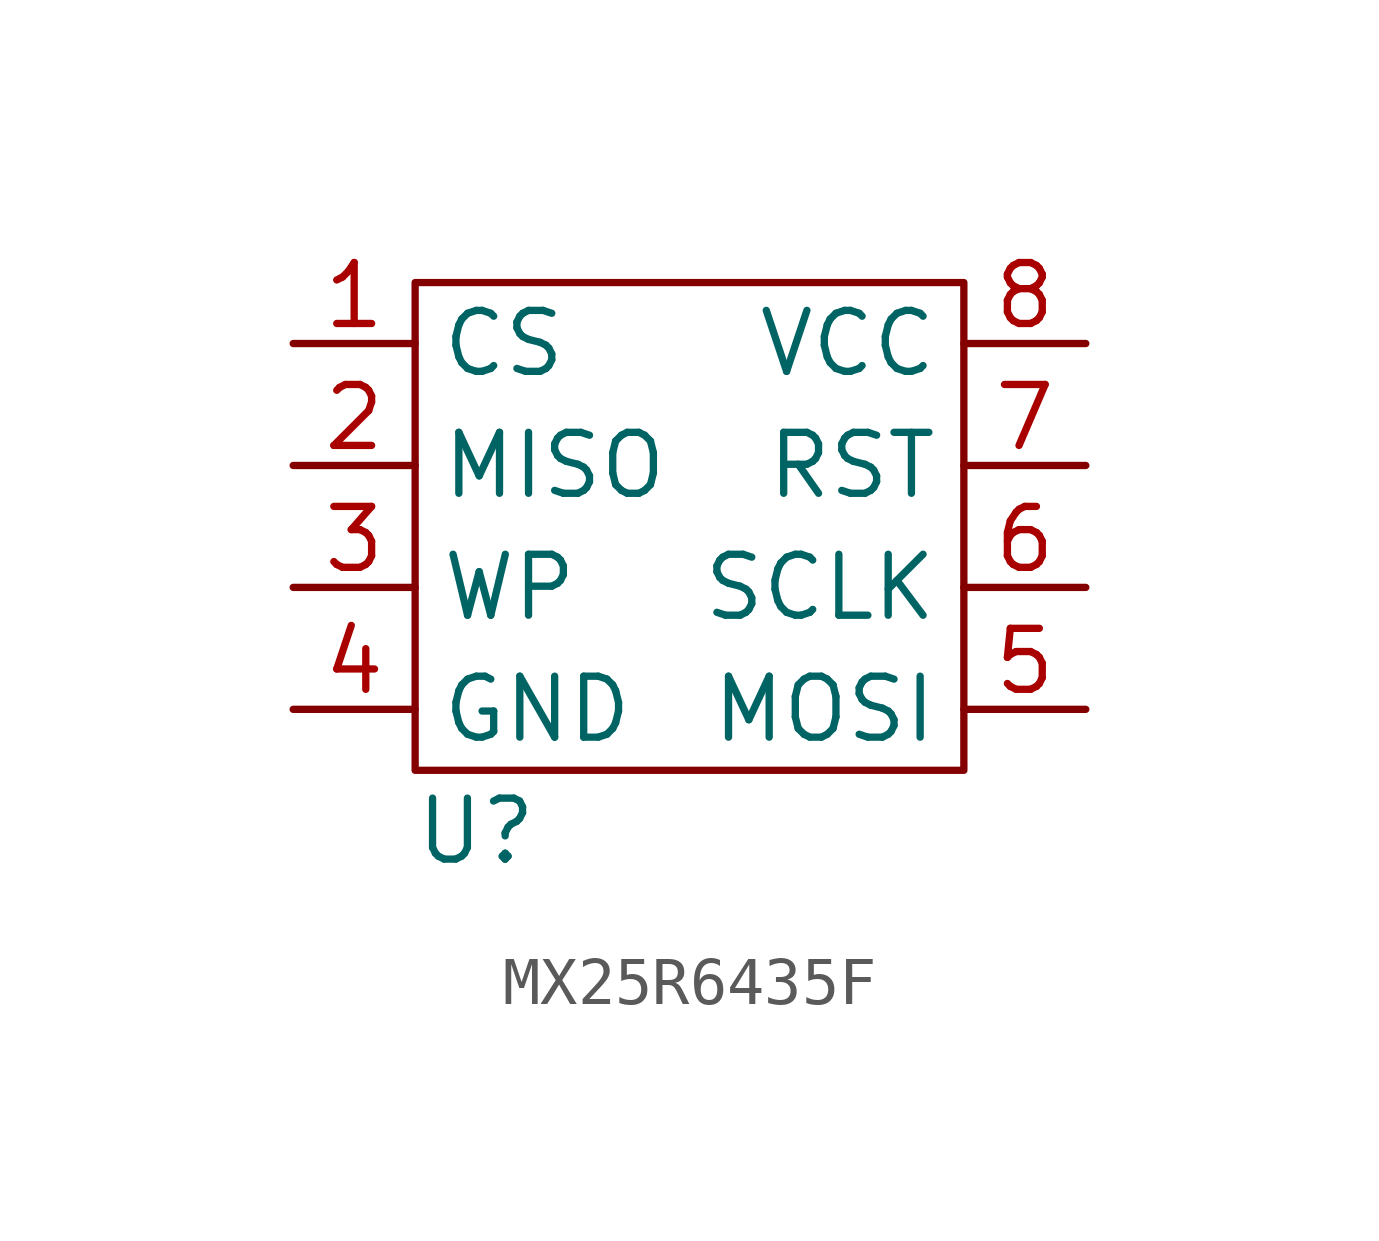
<source format=kicad_sym>
(kicad_symbol_lib
  (version 20220914)
  (generator kicad_symbol_editor)
  (symbol "MX25R6435F"
    (property "Reference" "U"
      (at -5.08 -6.35 0)
      (effects (font (size 1.27 1.27))))
    (property "Value" ""
      (at 0 0 0)
      (effects (font (size 1.27 1.27))))
    (symbol "MX25R6435F_0_1"
      (rectangle (start -6.35 5.08) (end 5.08 -5.08) (stroke (width 0) (type default)) (fill (type none))))
    (symbol "MX25R6435F_1_1"
      (pin input line (at -8.89 3.81 0) (length 2.54) (name "CS" (effects (font (size 1.27 1.27)))) (number "1" (effects (font (size 1.27 1.27)))))
      (pin input line (at -8.89 1.27 0) (length 2.54) (name "MISO" (effects (font (size 1.27 1.27)))) (number "2" (effects (font (size 1.27 1.27)))))
      (pin input line (at -8.89 -1.27 0) (length 2.54) (name "WP" (effects (font (size 1.27 1.27)))) (number "3" (effects (font (size 1.27 1.27)))))
      (pin input line (at -8.89 -3.81 0) (length 2.54) (name "GND" (effects (font (size 1.27 1.27)))) (number "4" (effects (font (size 1.27 1.27)))))
      (pin input line (at 7.62 -3.81 180) (length 2.54) (name "MOSI" (effects (font (size 1.27 1.27)))) (number "5" (effects (font (size 1.27 1.27)))))
      (pin input line (at 7.62 -1.27 180) (length 2.54) (name "SCLK" (effects (font (size 1.27 1.27)))) (number "6" (effects (font (size 1.27 1.27)))))
      (pin input line (at 7.62 1.27 180) (length 2.54) (name "RST" (effects (font (size 1.27 1.27)))) (number "7" (effects (font (size 1.27 1.27)))))
      (pin input line (at 7.62 3.81 180) (length 2.54) (name "VCC" (effects (font (size 1.27 1.27)))) (number "8" (effects (font (size 1.27 1.27))))))))
</source>
